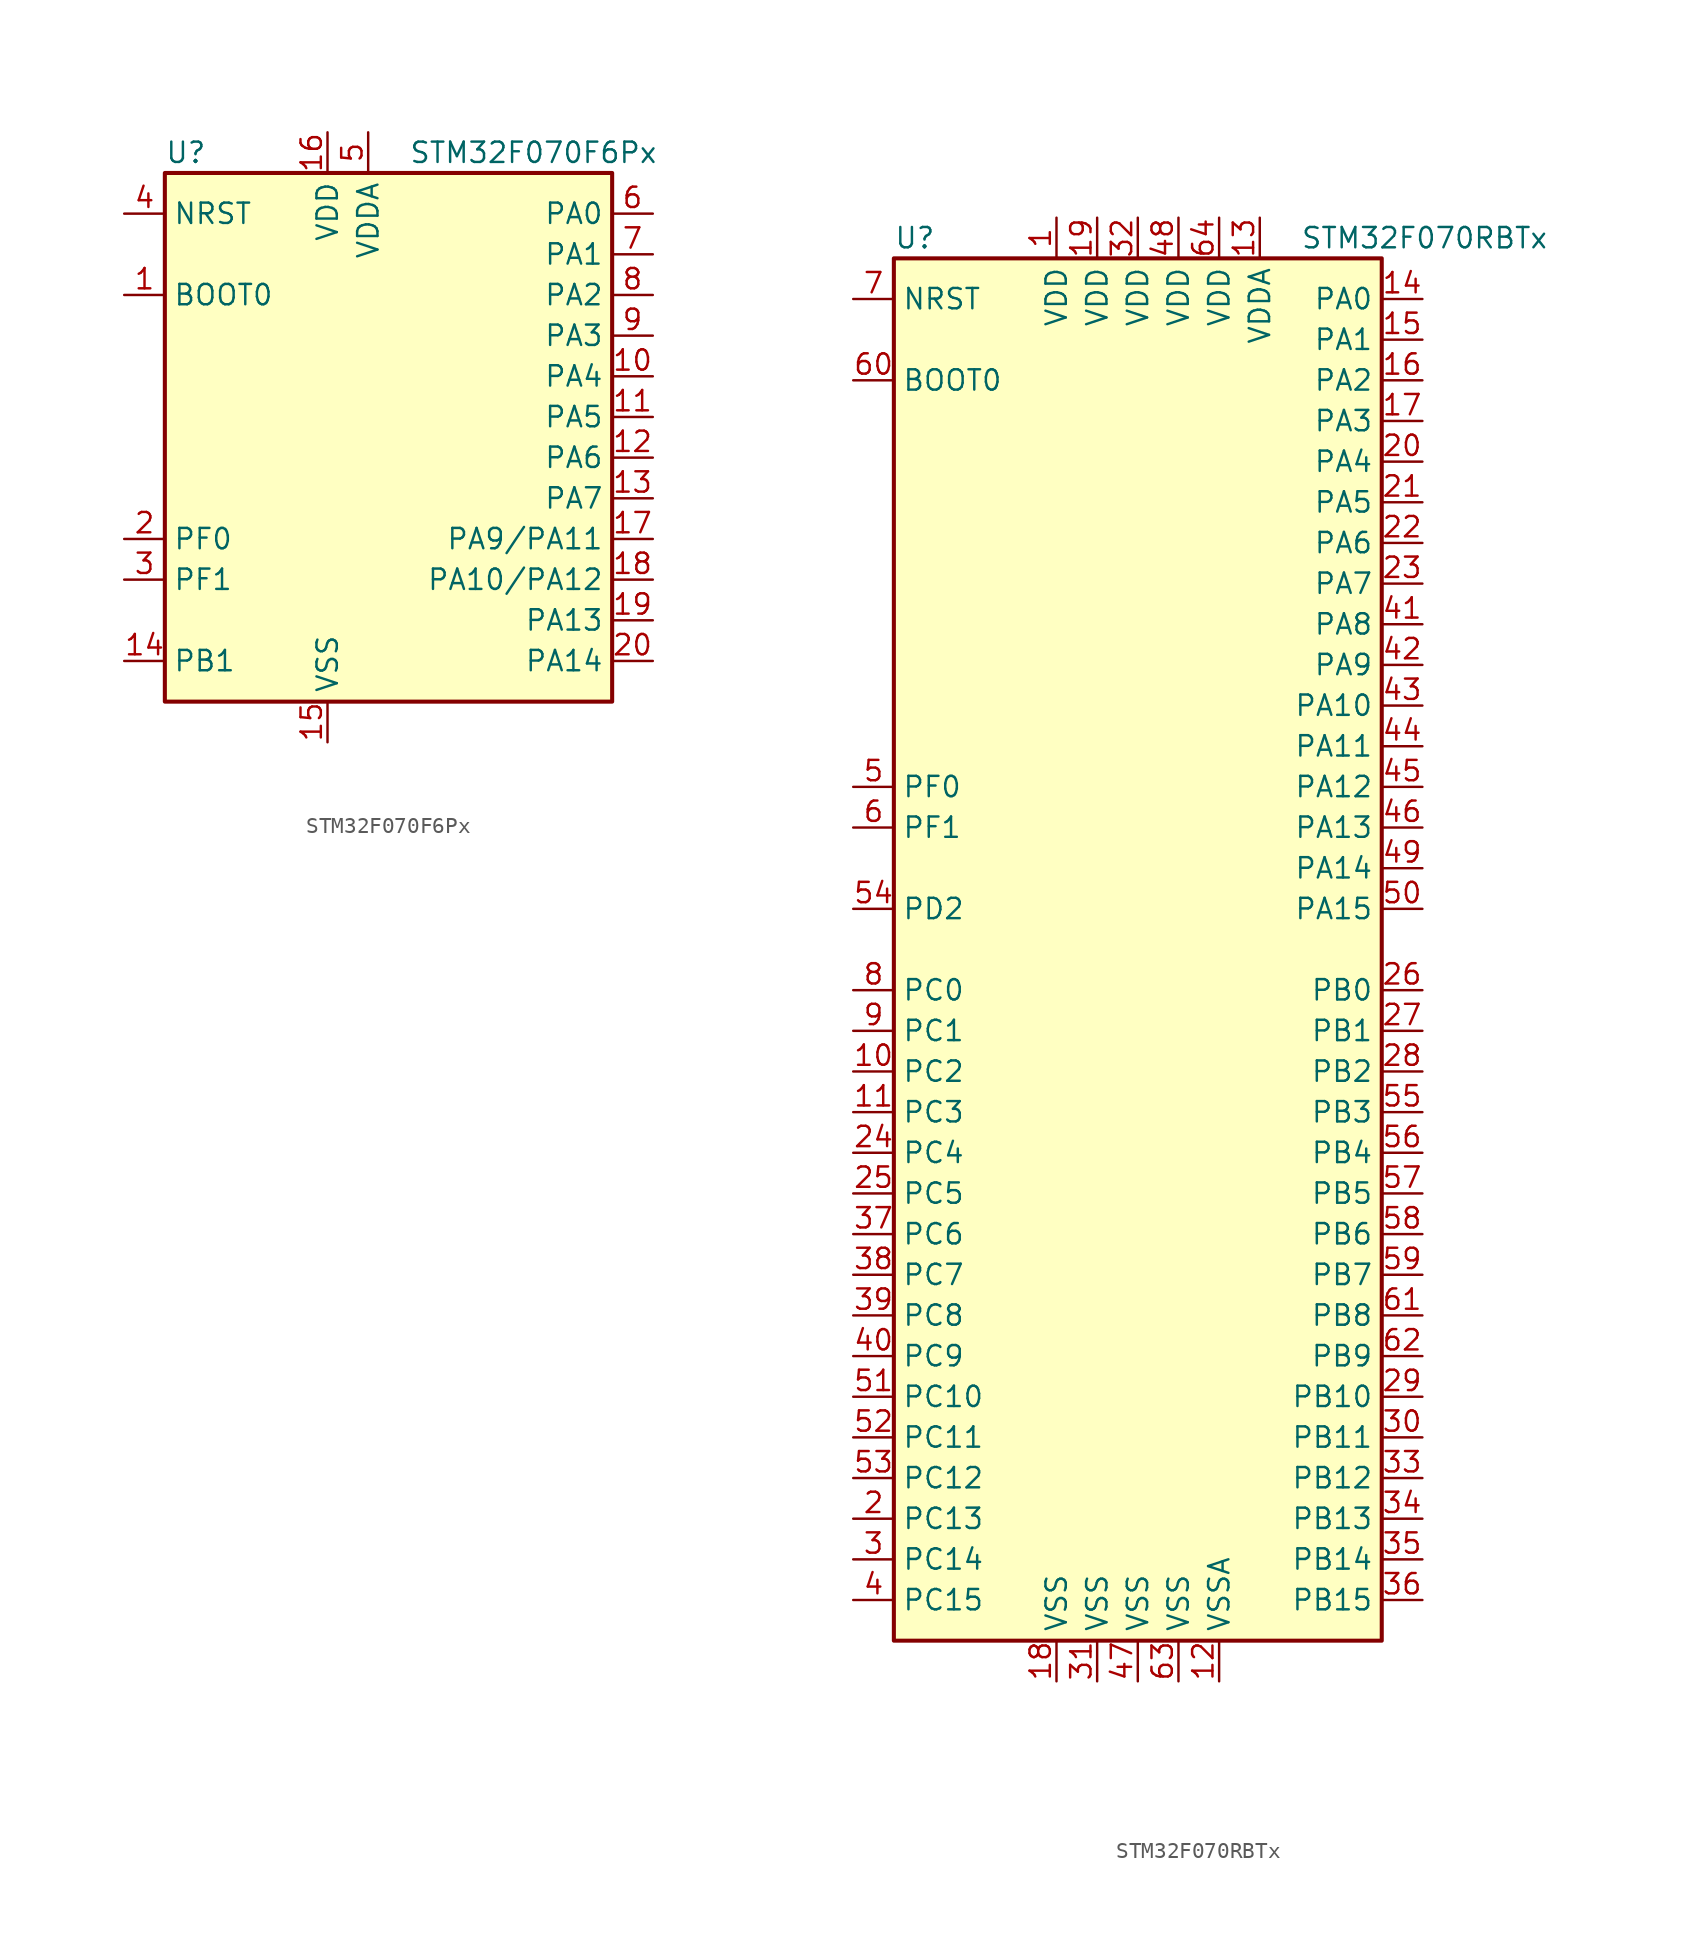
<source format=kicad_sym>
(kicad_symbol_lib
  (version 20201005)
  (generator kicad_symbol_editor)
  (symbol "STM32F070F6Px"
    (property "Reference" "U"
      (at -15.24 16.51 0)
      (effects (font (size 1.27 1.27)) (justify left)))
    (property "Value" "STM32F070F6Px"
      (at 0 16.51 0)
      (effects (font (size 1.27 1.27)) (justify left)))
    (symbol "STM32F070F6Px_0_1"
      (rectangle (start -15.24 -17.78) (end 12.7 15.24) (stroke (width 0.254)) (fill (type background))))
    (symbol "STM32F070F6Px_1_1"
      (pin input line (at -17.78 7.62 0) (length 2.54) (name "BOOT0" (effects (font (size 1.27 1.27)))) (number "1" (effects (font (size 1.27 1.27)))))
      (pin bidirectional line (at 15.24 2.54 180) (length 2.54) (name "PA4" (effects (font (size 1.27 1.27)))) (number "10" (effects (font (size 1.27 1.27)))))
      (pin bidirectional line (at 15.24 0 180) (length 2.54) (name "PA5" (effects (font (size 1.27 1.27)))) (number "11" (effects (font (size 1.27 1.27)))))
      (pin bidirectional line (at 15.24 -2.54 180) (length 2.54) (name "PA6" (effects (font (size 1.27 1.27)))) (number "12" (effects (font (size 1.27 1.27)))))
      (pin bidirectional line (at 15.24 -5.08 180) (length 2.54) (name "PA7" (effects (font (size 1.27 1.27)))) (number "13" (effects (font (size 1.27 1.27)))))
      (pin bidirectional line (at -17.78 -15.24 0) (length 2.54) (name "PB1" (effects (font (size 1.27 1.27)))) (number "14" (effects (font (size 1.27 1.27)))))
      (pin power_in line (at -5.08 -20.32 90) (length 2.54) (name "VSS" (effects (font (size 1.27 1.27)))) (number "15" (effects (font (size 1.27 1.27)))))
      (pin power_in line (at -5.08 17.78 270) (length 2.54) (name "VDD" (effects (font (size 1.27 1.27)))) (number "16" (effects (font (size 1.27 1.27)))))
      (pin bidirectional line (at 15.24 -7.62 180) (length 2.54) (name "PA9/PA11" (effects (font (size 1.27 1.27)))) (number "17" (effects (font (size 1.27 1.27)))))
      (pin bidirectional line (at 15.24 -10.16 180) (length 2.54) (name "PA10/PA12" (effects (font (size 1.27 1.27)))) (number "18" (effects (font (size 1.27 1.27)))))
      (pin bidirectional line (at 15.24 -12.7 180) (length 2.54) (name "PA13" (effects (font (size 1.27 1.27)))) (number "19" (effects (font (size 1.27 1.27)))))
      (pin input line (at -17.78 -7.62 0) (length 2.54) (name "PF0" (effects (font (size 1.27 1.27)))) (number "2" (effects (font (size 1.27 1.27)))))
      (pin bidirectional line (at 15.24 -15.24 180) (length 2.54) (name "PA14" (effects (font (size 1.27 1.27)))) (number "20" (effects (font (size 1.27 1.27)))))
      (pin input line (at -17.78 -10.16 0) (length 2.54) (name "PF1" (effects (font (size 1.27 1.27)))) (number "3" (effects (font (size 1.27 1.27)))))
      (pin input line (at -17.78 12.7 0) (length 2.54) (name "NRST" (effects (font (size 1.27 1.27)))) (number "4" (effects (font (size 1.27 1.27)))))
      (pin power_in line (at -2.54 17.78 270) (length 2.54) (name "VDDA" (effects (font (size 1.27 1.27)))) (number "5" (effects (font (size 1.27 1.27)))))
      (pin bidirectional line (at 15.24 12.7 180) (length 2.54) (name "PA0" (effects (font (size 1.27 1.27)))) (number "6" (effects (font (size 1.27 1.27)))))
      (pin bidirectional line (at 15.24 10.16 180) (length 2.54) (name "PA1" (effects (font (size 1.27 1.27)))) (number "7" (effects (font (size 1.27 1.27)))))
      (pin bidirectional line (at 15.24 7.62 180) (length 2.54) (name "PA2" (effects (font (size 1.27 1.27)))) (number "8" (effects (font (size 1.27 1.27)))))
      (pin bidirectional line (at 15.24 5.08 180) (length 2.54) (name "PA3" (effects (font (size 1.27 1.27)))) (number "9" (effects (font (size 1.27 1.27)))))))
  (symbol "STM32F070RBTx"
    (property "Reference" "U"
      (at -15.24 44.45 0)
      (effects (font (size 1.27 1.27)) (justify left)))
    (property "Value" "STM32F070RBTx"
      (at 10.16 44.45 0)
      (effects (font (size 1.27 1.27)) (justify left)))
    (symbol "STM32F070RBTx_0_1"
      (rectangle (start -15.24 -43.18) (end 15.24 43.18) (stroke (width 0.254)) (fill (type background))))
    (symbol "STM32F070RBTx_1_1"
      (pin power_in line (at -5.08 45.72 270) (length 2.54) (name "VDD" (effects (font (size 1.27 1.27)))) (number "1" (effects (font (size 1.27 1.27)))))
      (pin bidirectional line (at -17.78 -7.62 0) (length 2.54) (name "PC2" (effects (font (size 1.27 1.27)))) (number "10" (effects (font (size 1.27 1.27)))))
      (pin bidirectional line (at -17.78 -10.16 0) (length 2.54) (name "PC3" (effects (font (size 1.27 1.27)))) (number "11" (effects (font (size 1.27 1.27)))))
      (pin power_in line (at 5.08 -45.72 90) (length 2.54) (name "VSSA" (effects (font (size 1.27 1.27)))) (number "12" (effects (font (size 1.27 1.27)))))
      (pin power_in line (at 7.62 45.72 270) (length 2.54) (name "VDDA" (effects (font (size 1.27 1.27)))) (number "13" (effects (font (size 1.27 1.27)))))
      (pin bidirectional line (at 17.78 40.64 180) (length 2.54) (name "PA0" (effects (font (size 1.27 1.27)))) (number "14" (effects (font (size 1.27 1.27)))))
      (pin bidirectional line (at 17.78 38.1 180) (length 2.54) (name "PA1" (effects (font (size 1.27 1.27)))) (number "15" (effects (font (size 1.27 1.27)))))
      (pin bidirectional line (at 17.78 35.56 180) (length 2.54) (name "PA2" (effects (font (size 1.27 1.27)))) (number "16" (effects (font (size 1.27 1.27)))))
      (pin bidirectional line (at 17.78 33.02 180) (length 2.54) (name "PA3" (effects (font (size 1.27 1.27)))) (number "17" (effects (font (size 1.27 1.27)))))
      (pin power_in line (at -5.08 -45.72 90) (length 2.54) (name "VSS" (effects (font (size 1.27 1.27)))) (number "18" (effects (font (size 1.27 1.27)))))
      (pin power_in line (at -2.54 45.72 270) (length 2.54) (name "VDD" (effects (font (size 1.27 1.27)))) (number "19" (effects (font (size 1.27 1.27)))))
      (pin bidirectional line (at -17.78 -35.56 0) (length 2.54) (name "PC13" (effects (font (size 1.27 1.27)))) (number "2" (effects (font (size 1.27 1.27)))))
      (pin bidirectional line (at 17.78 30.48 180) (length 2.54) (name "PA4" (effects (font (size 1.27 1.27)))) (number "20" (effects (font (size 1.27 1.27)))))
      (pin bidirectional line (at 17.78 27.94 180) (length 2.54) (name "PA5" (effects (font (size 1.27 1.27)))) (number "21" (effects (font (size 1.27 1.27)))))
      (pin bidirectional line (at 17.78 25.4 180) (length 2.54) (name "PA6" (effects (font (size 1.27 1.27)))) (number "22" (effects (font (size 1.27 1.27)))))
      (pin bidirectional line (at 17.78 22.86 180) (length 2.54) (name "PA7" (effects (font (size 1.27 1.27)))) (number "23" (effects (font (size 1.27 1.27)))))
      (pin bidirectional line (at -17.78 -12.7 0) (length 2.54) (name "PC4" (effects (font (size 1.27 1.27)))) (number "24" (effects (font (size 1.27 1.27)))))
      (pin bidirectional line (at -17.78 -15.24 0) (length 2.54) (name "PC5" (effects (font (size 1.27 1.27)))) (number "25" (effects (font (size 1.27 1.27)))))
      (pin bidirectional line (at 17.78 -2.54 180) (length 2.54) (name "PB0" (effects (font (size 1.27 1.27)))) (number "26" (effects (font (size 1.27 1.27)))))
      (pin bidirectional line (at 17.78 -5.08 180) (length 2.54) (name "PB1" (effects (font (size 1.27 1.27)))) (number "27" (effects (font (size 1.27 1.27)))))
      (pin bidirectional line (at 17.78 -7.62 180) (length 2.54) (name "PB2" (effects (font (size 1.27 1.27)))) (number "28" (effects (font (size 1.27 1.27)))))
      (pin bidirectional line (at 17.78 -27.94 180) (length 2.54) (name "PB10" (effects (font (size 1.27 1.27)))) (number "29" (effects (font (size 1.27 1.27)))))
      (pin bidirectional line (at -17.78 -38.1 0) (length 2.54) (name "PC14" (effects (font (size 1.27 1.27)))) (number "3" (effects (font (size 1.27 1.27)))))
      (pin bidirectional line (at 17.78 -30.48 180) (length 2.54) (name "PB11" (effects (font (size 1.27 1.27)))) (number "30" (effects (font (size 1.27 1.27)))))
      (pin power_in line (at -2.54 -45.72 90) (length 2.54) (name "VSS" (effects (font (size 1.27 1.27)))) (number "31" (effects (font (size 1.27 1.27)))))
      (pin power_in line (at 0 45.72 270) (length 2.54) (name "VDD" (effects (font (size 1.27 1.27)))) (number "32" (effects (font (size 1.27 1.27)))))
      (pin bidirectional line (at 17.78 -33.02 180) (length 2.54) (name "PB12" (effects (font (size 1.27 1.27)))) (number "33" (effects (font (size 1.27 1.27)))))
      (pin bidirectional line (at 17.78 -35.56 180) (length 2.54) (name "PB13" (effects (font (size 1.27 1.27)))) (number "34" (effects (font (size 1.27 1.27)))))
      (pin bidirectional line (at 17.78 -38.1 180) (length 2.54) (name "PB14" (effects (font (size 1.27 1.27)))) (number "35" (effects (font (size 1.27 1.27)))))
      (pin bidirectional line (at 17.78 -40.64 180) (length 2.54) (name "PB15" (effects (font (size 1.27 1.27)))) (number "36" (effects (font (size 1.27 1.27)))))
      (pin bidirectional line (at -17.78 -17.78 0) (length 2.54) (name "PC6" (effects (font (size 1.27 1.27)))) (number "37" (effects (font (size 1.27 1.27)))))
      (pin bidirectional line (at -17.78 -20.32 0) (length 2.54) (name "PC7" (effects (font (size 1.27 1.27)))) (number "38" (effects (font (size 1.27 1.27)))))
      (pin bidirectional line (at -17.78 -22.86 0) (length 2.54) (name "PC8" (effects (font (size 1.27 1.27)))) (number "39" (effects (font (size 1.27 1.27)))))
      (pin bidirectional line (at -17.78 -40.64 0) (length 2.54) (name "PC15" (effects (font (size 1.27 1.27)))) (number "4" (effects (font (size 1.27 1.27)))))
      (pin bidirectional line (at -17.78 -25.4 0) (length 2.54) (name "PC9" (effects (font (size 1.27 1.27)))) (number "40" (effects (font (size 1.27 1.27)))))
      (pin bidirectional line (at 17.78 20.32 180) (length 2.54) (name "PA8" (effects (font (size 1.27 1.27)))) (number "41" (effects (font (size 1.27 1.27)))))
      (pin bidirectional line (at 17.78 17.78 180) (length 2.54) (name "PA9" (effects (font (size 1.27 1.27)))) (number "42" (effects (font (size 1.27 1.27)))))
      (pin bidirectional line (at 17.78 15.24 180) (length 2.54) (name "PA10" (effects (font (size 1.27 1.27)))) (number "43" (effects (font (size 1.27 1.27)))))
      (pin bidirectional line (at 17.78 12.7 180) (length 2.54) (name "PA11" (effects (font (size 1.27 1.27)))) (number "44" (effects (font (size 1.27 1.27)))))
      (pin bidirectional line (at 17.78 10.16 180) (length 2.54) (name "PA12" (effects (font (size 1.27 1.27)))) (number "45" (effects (font (size 1.27 1.27)))))
      (pin bidirectional line (at 17.78 7.62 180) (length 2.54) (name "PA13" (effects (font (size 1.27 1.27)))) (number "46" (effects (font (size 1.27 1.27)))))
      (pin power_in line (at 0 -45.72 90) (length 2.54) (name "VSS" (effects (font (size 1.27 1.27)))) (number "47" (effects (font (size 1.27 1.27)))))
      (pin power_in line (at 2.54 45.72 270) (length 2.54) (name "VDD" (effects (font (size 1.27 1.27)))) (number "48" (effects (font (size 1.27 1.27)))))
      (pin bidirectional line (at 17.78 5.08 180) (length 2.54) (name "PA14" (effects (font (size 1.27 1.27)))) (number "49" (effects (font (size 1.27 1.27)))))
      (pin input line (at -17.78 10.16 0) (length 2.54) (name "PF0" (effects (font (size 1.27 1.27)))) (number "5" (effects (font (size 1.27 1.27)))))
      (pin bidirectional line (at 17.78 2.54 180) (length 2.54) (name "PA15" (effects (font (size 1.27 1.27)))) (number "50" (effects (font (size 1.27 1.27)))))
      (pin bidirectional line (at -17.78 -27.94 0) (length 2.54) (name "PC10" (effects (font (size 1.27 1.27)))) (number "51" (effects (font (size 1.27 1.27)))))
      (pin bidirectional line (at -17.78 -30.48 0) (length 2.54) (name "PC11" (effects (font (size 1.27 1.27)))) (number "52" (effects (font (size 1.27 1.27)))))
      (pin bidirectional line (at -17.78 -33.02 0) (length 2.54) (name "PC12" (effects (font (size 1.27 1.27)))) (number "53" (effects (font (size 1.27 1.27)))))
      (pin bidirectional line (at -17.78 2.54 0) (length 2.54) (name "PD2" (effects (font (size 1.27 1.27)))) (number "54" (effects (font (size 1.27 1.27)))))
      (pin bidirectional line (at 17.78 -10.16 180) (length 2.54) (name "PB3" (effects (font (size 1.27 1.27)))) (number "55" (effects (font (size 1.27 1.27)))))
      (pin bidirectional line (at 17.78 -12.7 180) (length 2.54) (name "PB4" (effects (font (size 1.27 1.27)))) (number "56" (effects (font (size 1.27 1.27)))))
      (pin bidirectional line (at 17.78 -15.24 180) (length 2.54) (name "PB5" (effects (font (size 1.27 1.27)))) (number "57" (effects (font (size 1.27 1.27)))))
      (pin bidirectional line (at 17.78 -17.78 180) (length 2.54) (name "PB6" (effects (font (size 1.27 1.27)))) (number "58" (effects (font (size 1.27 1.27)))))
      (pin bidirectional line (at 17.78 -20.32 180) (length 2.54) (name "PB7" (effects (font (size 1.27 1.27)))) (number "59" (effects (font (size 1.27 1.27)))))
      (pin input line (at -17.78 7.62 0) (length 2.54) (name "PF1" (effects (font (size 1.27 1.27)))) (number "6" (effects (font (size 1.27 1.27)))))
      (pin input line (at -17.78 35.56 0) (length 2.54) (name "BOOT0" (effects (font (size 1.27 1.27)))) (number "60" (effects (font (size 1.27 1.27)))))
      (pin bidirectional line (at 17.78 -22.86 180) (length 2.54) (name "PB8" (effects (font (size 1.27 1.27)))) (number "61" (effects (font (size 1.27 1.27)))))
      (pin bidirectional line (at 17.78 -25.4 180) (length 2.54) (name "PB9" (effects (font (size 1.27 1.27)))) (number "62" (effects (font (size 1.27 1.27)))))
      (pin power_in line (at 2.54 -45.72 90) (length 2.54) (name "VSS" (effects (font (size 1.27 1.27)))) (number "63" (effects (font (size 1.27 1.27)))))
      (pin power_in line (at 5.08 45.72 270) (length 2.54) (name "VDD" (effects (font (size 1.27 1.27)))) (number "64" (effects (font (size 1.27 1.27)))))
      (pin input line (at -17.78 40.64 0) (length 2.54) (name "NRST" (effects (font (size 1.27 1.27)))) (number "7" (effects (font (size 1.27 1.27)))))
      (pin bidirectional line (at -17.78 -2.54 0) (length 2.54) (name "PC0" (effects (font (size 1.27 1.27)))) (number "8" (effects (font (size 1.27 1.27)))))
      (pin bidirectional line (at -17.78 -5.08 0) (length 2.54) (name "PC1" (effects (font (size 1.27 1.27)))) (number "9" (effects (font (size 1.27 1.27))))))))
</source>
